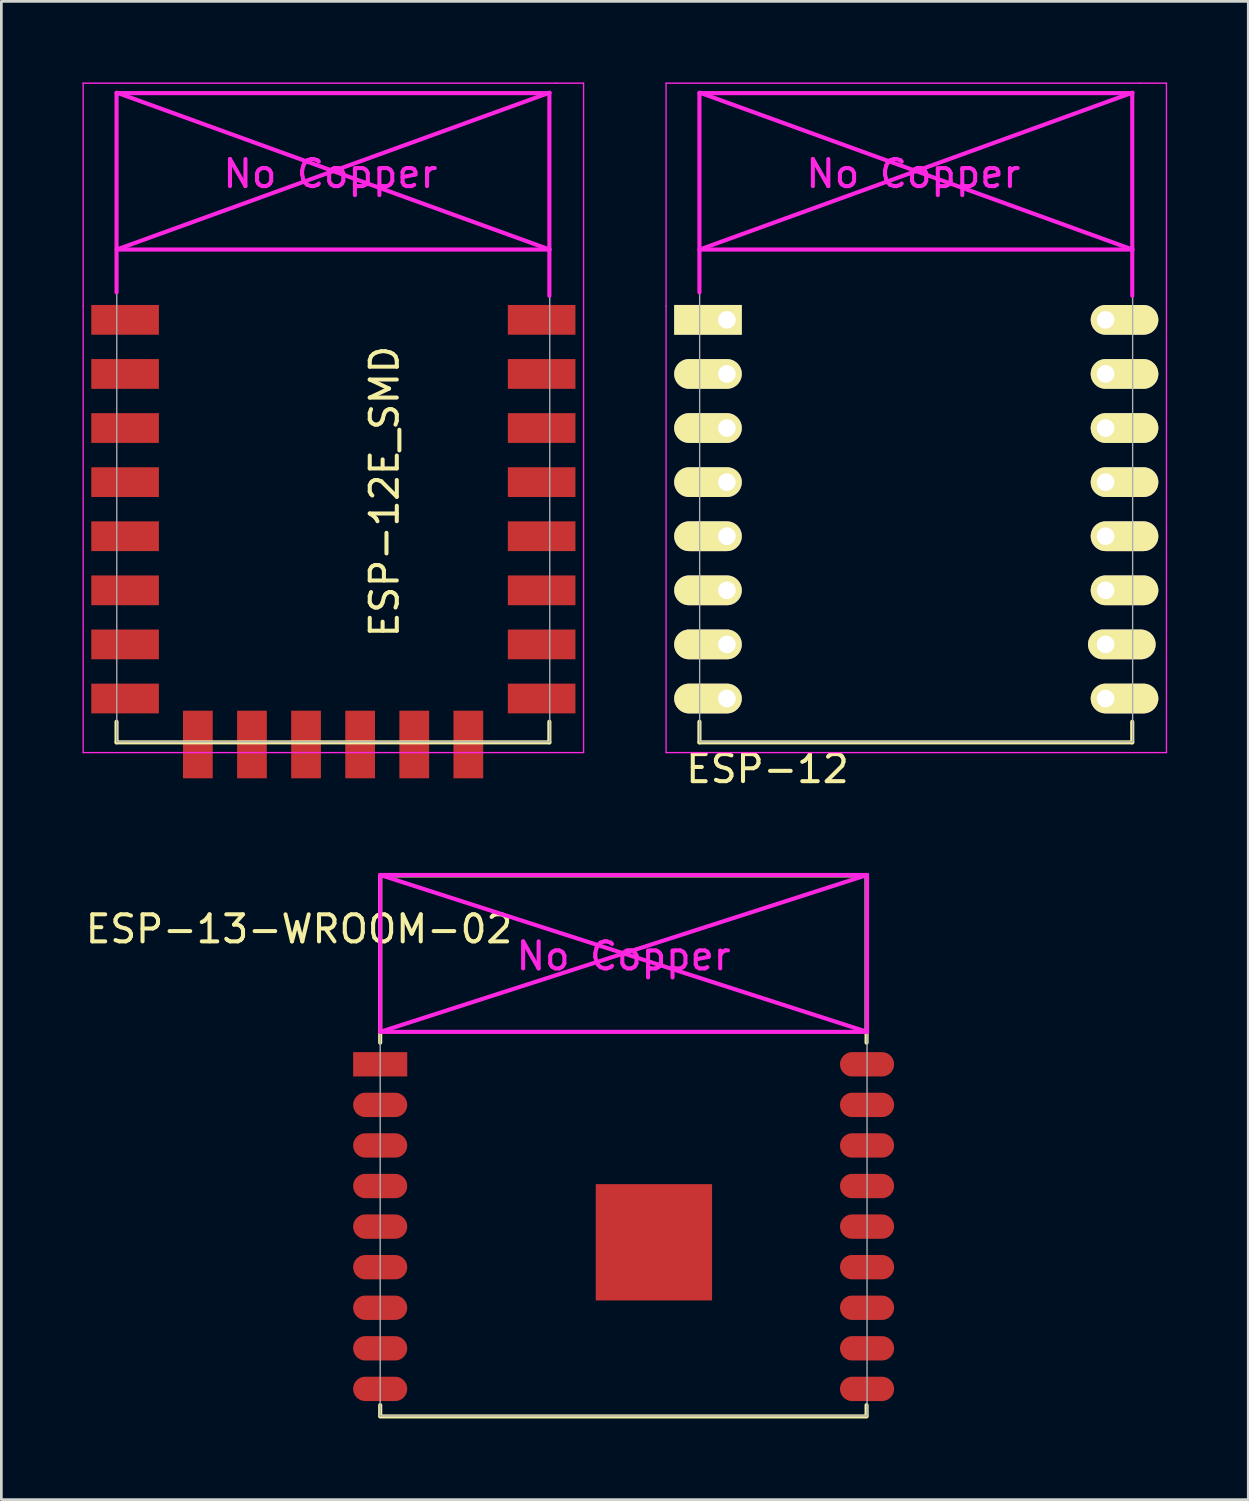
<source format=kicad_pcb>
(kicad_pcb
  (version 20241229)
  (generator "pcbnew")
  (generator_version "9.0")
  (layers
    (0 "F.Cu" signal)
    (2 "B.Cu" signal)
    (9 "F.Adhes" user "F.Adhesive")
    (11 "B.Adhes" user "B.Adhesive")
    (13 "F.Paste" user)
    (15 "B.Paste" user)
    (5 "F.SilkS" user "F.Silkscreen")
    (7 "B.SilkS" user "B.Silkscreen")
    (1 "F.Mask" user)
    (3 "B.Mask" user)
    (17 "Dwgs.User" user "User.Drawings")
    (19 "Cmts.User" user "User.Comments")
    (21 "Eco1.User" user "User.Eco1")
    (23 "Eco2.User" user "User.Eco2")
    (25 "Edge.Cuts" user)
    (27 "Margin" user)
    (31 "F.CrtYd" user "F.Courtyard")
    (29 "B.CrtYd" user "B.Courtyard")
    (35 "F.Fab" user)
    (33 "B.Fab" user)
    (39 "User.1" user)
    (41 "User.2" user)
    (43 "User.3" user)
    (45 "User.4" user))
  (footprint "ESP-12"
    (layer "F.Cu")
    (at 23.825 8.775)
    (property "Reference" "ESP-12" (at 1.5 16.6 0) (layer "F.SilkS") (effects (font (size 1 1) (thickness 0.15))))
    (attr through_hole)
    (fp_line (start -1.016 14.859) (end -1.016 15.621) (stroke (width 0.152) (type solid)) (layer "F.SilkS"))
    (fp_line (start -1.016 15.621) (end 14.986 15.621) (stroke (width 0.152) (type solid)) (layer "F.SilkS"))
    (fp_line (start 14.986 15.621) (end 14.986 14.859) (stroke (width 0.152) (type solid)) (layer "F.SilkS"))
    (fp_line (start -2.25 -8.75) (end 15.25 -8.75) (stroke (width 0.05) (type solid)) (layer "F.CrtYd"))
    (fp_line (start -2.25 -0.5) (end -2.25 -8.75) (stroke (width 0.05) (type solid)) (layer "F.CrtYd"))
    (fp_line (start -2.25 16) (end -2.25 -0.5) (stroke (width 0.05) (type solid)) (layer "F.CrtYd"))
    (fp_line (start -1.016 -8.382) (end -1.016 -1.016) (stroke (width 0.152) (type solid)) (layer "F.CrtYd"))
    (fp_line (start -1.016 -8.382) (end 14.986 -8.382) (stroke (width 0.152) (type solid)) (layer "F.CrtYd"))
    (fp_line (start -1.008 -8.4) (end 14.992 -2.6) (stroke (width 0.152) (type solid)) (layer "F.CrtYd"))
    (fp_line (start -1.008 -2.6) (end 14.992 -2.6) (stroke (width 0.152) (type solid)) (layer "F.CrtYd"))
    (fp_line (start 14.986 -8.382) (end 14.986 -0.889) (stroke (width 0.152) (type solid)) (layer "F.CrtYd"))
    (fp_line (start 14.992 -8.4) (end -1.008 -2.6) (stroke (width 0.152) (type solid)) (layer "F.CrtYd"))
    (fp_line (start 15.25 -8.75) (end 16.25 -8.75) (stroke (width 0.05) (type solid)) (layer "F.CrtYd"))
    (fp_line (start 16.25 -8.75) (end 16.25 16) (stroke (width 0.05) (type solid)) (layer "F.CrtYd"))
    (fp_line (start 16.25 16) (end -2.25 16) (stroke (width 0.05) (type solid)) (layer "F.CrtYd"))
    (fp_line (start -1.008 -8.4) (end 14.992 -8.4) (stroke (width 0.05) (type solid)) (layer "F.Fab"))
    (fp_line (start -1.008 15.6) (end -1.008 -8.4) (stroke (width 0.05) (type solid)) (layer "F.Fab"))
    (fp_line (start 14.992 15.6) (end -1.008 15.6) (stroke (width 0.05) (type solid)) (layer "F.Fab"))
    (fp_line (start 15 -8.4) (end 15 15.6) (stroke (width 0.05) (type solid)) (layer "F.Fab"))
    (fp_text user "No Copper" (at 6.892 -5.4 0) (layer "F.CrtYd") (effects (font (size 1 1) (thickness 0.15))))
    (pad "1" thru_hole rect (at 0 0) (size 2.5 1.1) (drill 0.65 (offset -0.7 0)) (layers "*.Cu" "*.Mask" "F.SilkS"))
    (pad "2" thru_hole oval (at 0 2) (size 2.5 1.1) (drill 0.65 (offset -0.7 0)) (layers "*.Cu" "*.Mask" "F.SilkS"))
    (pad "3" thru_hole oval (at 0 4) (size 2.5 1.1) (drill 0.65 (offset -0.7 0)) (layers "*.Cu" "*.Mask" "F.SilkS"))
    (pad "4" thru_hole oval (at 0 6) (size 2.5 1.1) (drill 0.65 (offset -0.7 0)) (layers "*.Cu" "*.Mask" "F.SilkS"))
    (pad "5" thru_hole oval (at 0 8) (size 2.5 1.1) (drill 0.65 (offset -0.7 0)) (layers "*.Cu" "*.Mask" "F.SilkS"))
    (pad "6" thru_hole oval (at 0 10) (size 2.5 1.1) (drill 0.65 (offset -0.7 0)) (layers "*.Cu" "*.Mask" "F.SilkS"))
    (pad "7" thru_hole oval (at 0 12) (size 2.5 1.1) (drill 0.65 (offset -0.7 0)) (layers "*.Cu" "*.Mask" "F.SilkS"))
    (pad "8" thru_hole oval (at 0 14) (size 2.5 1.1) (drill 0.65 (offset -0.7 0)) (layers "*.Cu" "*.Mask" "F.SilkS"))
    (pad "9" thru_hole oval (at 14 14) (size 2.5 1.1) (drill 0.65 (offset 0.7 0)) (layers "*.Cu" "*.Mask" "F.SilkS"))
    (pad "10" thru_hole oval (at 14 12) (size 2.5 1.1) (drill 0.65 (offset 0.6 0)) (layers "*.Cu" "*.Mask" "F.SilkS"))
    (pad "11" thru_hole oval (at 14 10) (size 2.5 1.1) (drill 0.65 (offset 0.7 0)) (layers "*.Cu" "*.Mask" "F.SilkS"))
    (pad "12" thru_hole oval (at 14 8) (size 2.5 1.1) (drill 0.65 (offset 0.7 0)) (layers "*.Cu" "*.Mask" "F.SilkS"))
    (pad "13" thru_hole oval (at 14 6) (size 2.5 1.1) (drill 0.65 (offset 0.7 0)) (layers "*.Cu" "*.Mask" "F.SilkS"))
    (pad "14" thru_hole oval (at 14 4) (size 2.5 1.1) (drill 0.65 (offset 0.7 0)) (layers "*.Cu" "*.Mask" "F.SilkS"))
    (pad "15" thru_hole oval (at 14 2) (size 2.5 1.1) (drill 0.65 (offset 0.7 0)) (layers "*.Cu" "*.Mask" "F.SilkS"))
    (pad "16" thru_hole oval (at 14 0) (size 2.5 1.1) (drill 0.65 (offset 0.7 0)) (layers "*.Cu" "*.Mask" "F.SilkS")))
  (footprint "ESP-12E_SMD"
    (layer "F.Cu")
    (at 2.275 8.775)
    (property "Reference" "ESP-12E_SMD" (at 8.89 6.35 90) (layer "F.SilkS") (effects (font (size 1 1) (thickness 0.15))))
    (attr through_hole)
    (fp_line (start -1.016 14.859) (end -1.016 15.621) (stroke (width 0.152) (type solid)) (layer "F.SilkS"))
    (fp_line (start -1.016 15.621) (end 14.986 15.621) (stroke (width 0.152) (type solid)) (layer "F.SilkS"))
    (fp_line (start 14.986 15.621) (end 14.986 14.859) (stroke (width 0.152) (type solid)) (layer "F.SilkS"))
    (fp_line (start -2.25 -8.75) (end 15.25 -8.75) (stroke (width 0.05) (type solid)) (layer "F.CrtYd"))
    (fp_line (start -2.25 -0.5) (end -2.25 -8.75) (stroke (width 0.05) (type solid)) (layer "F.CrtYd"))
    (fp_line (start -2.25 16) (end -2.25 -0.5) (stroke (width 0.05) (type solid)) (layer "F.CrtYd"))
    (fp_line (start -1.016 -8.382) (end -1.016 -1.016) (stroke (width 0.152) (type solid)) (layer "F.CrtYd"))
    (fp_line (start -1.016 -8.382) (end 14.986 -8.382) (stroke (width 0.152) (type solid)) (layer "F.CrtYd"))
    (fp_line (start -1.008 -8.4) (end 14.992 -2.6) (stroke (width 0.152) (type solid)) (layer "F.CrtYd"))
    (fp_line (start -1.008 -2.6) (end 14.992 -2.6) (stroke (width 0.152) (type solid)) (layer "F.CrtYd"))
    (fp_line (start 14.986 -8.382) (end 14.986 -0.889) (stroke (width 0.152) (type solid)) (layer "F.CrtYd"))
    (fp_line (start 14.992 -8.4) (end -1.008 -2.6) (stroke (width 0.152) (type solid)) (layer "F.CrtYd"))
    (fp_line (start 15.25 -8.75) (end 16.25 -8.75) (stroke (width 0.05) (type solid)) (layer "F.CrtYd"))
    (fp_line (start 16.25 -8.75) (end 16.25 16) (stroke (width 0.05) (type solid)) (layer "F.CrtYd"))
    (fp_line (start 16.25 16) (end -2.25 16) (stroke (width 0.05) (type solid)) (layer "F.CrtYd"))
    (fp_line (start -1.008 -8.4) (end 14.992 -8.4) (stroke (width 0.05) (type solid)) (layer "F.Fab"))
    (fp_line (start -1.008 15.6) (end -1.008 -8.4) (stroke (width 0.05) (type solid)) (layer "F.Fab"))
    (fp_line (start 14.992 15.6) (end -1.008 15.6) (stroke (width 0.05) (type solid)) (layer "F.Fab"))
    (fp_line (start 15 -8.4) (end 15 15.6) (stroke (width 0.05) (type solid)) (layer "F.Fab"))
    (fp_text user "No Copper" (at 6.892 -5.4 0) (layer "F.CrtYd") (effects (font (size 1 1) (thickness 0.15))))
    (pad "1" smd rect (at 0 0) (size 2.5 1.1) (drill (offset -0.7 0)) (layers "F.Cu" "F.Mask" "F.Paste"))
    (pad "2" smd rect (at 0 2) (size 2.5 1.1) (drill (offset -0.7 0)) (layers "F.Cu" "F.Mask" "F.Paste"))
    (pad "3" smd rect (at 0 4) (size 2.5 1.1) (drill (offset -0.7 0)) (layers "F.Cu" "F.Mask" "F.Paste"))
    (pad "4" smd rect (at 0 6) (size 2.5 1.1) (drill (offset -0.7 0)) (layers "F.Cu" "F.Mask" "F.Paste"))
    (pad "5" smd rect (at 0 8) (size 2.5 1.1) (drill (offset -0.7 0)) (layers "F.Cu" "F.Mask" "F.Paste"))
    (pad "6" smd rect (at 0 10) (size 2.5 1.1) (drill (offset -0.7 0)) (layers "F.Cu" "F.Mask" "F.Paste"))
    (pad "7" smd rect (at 0 12) (size 2.5 1.1) (drill (offset -0.7 0)) (layers "F.Cu" "F.Mask" "F.Paste"))
    (pad "8" smd rect (at 0 14) (size 2.5 1.1) (drill (offset -0.7 0)) (layers "F.Cu" "F.Mask" "F.Paste"))
    (pad "9" smd rect (at 14 14) (size 2.5 1.1) (drill (offset 0.7 0)) (layers "F.Cu" "F.Mask" "F.Paste"))
    (pad "10" smd rect (at 14 12) (size 2.5 1.1) (drill (offset 0.7 0)) (layers "F.Cu" "F.Mask" "F.Paste"))
    (pad "11" smd rect (at 14 10) (size 2.5 1.1) (drill (offset 0.7 0)) (layers "F.Cu" "F.Mask" "F.Paste"))
    (pad "12" smd rect (at 14 8) (size 2.5 1.1) (drill (offset 0.7 0)) (layers "F.Cu" "F.Mask" "F.Paste"))
    (pad "13" smd rect (at 14 6) (size 2.5 1.1) (drill (offset 0.7 0)) (layers "F.Cu" "F.Mask" "F.Paste"))
    (pad "14" smd rect (at 14 4) (size 2.5 1.1) (drill (offset 0.7 0)) (layers "F.Cu" "F.Mask" "F.Paste"))
    (pad "15" smd rect (at 14 2) (size 2.5 1.1) (drill (offset 0.7 0)) (layers "F.Cu" "F.Mask" "F.Paste"))
    (pad "16" smd rect (at 14 0) (size 2.5 1.1) (drill (offset 0.7 0)) (layers "F.Cu" "F.Mask" "F.Paste"))
    (pad "17" smd rect (at 1.99 15 90) (size 2.5 1.1) (drill (offset -0.7 0)) (layers "F.Cu" "F.Mask" "F.Paste"))
    (pad "18" smd rect (at 3.99 15 90) (size 2.5 1.1) (drill (offset -0.7 0)) (layers "F.Cu" "F.Mask" "F.Paste"))
    (pad "19" smd rect (at 5.99 15 90) (size 2.5 1.1) (drill (offset -0.7 0)) (layers "F.Cu" "F.Mask" "F.Paste"))
    (pad "20" smd rect (at 7.99 15 90) (size 2.5 1.1) (drill (offset -0.7 0)) (layers "F.Cu" "F.Mask" "F.Paste"))
    (pad "21" smd rect (at 9.99 15 90) (size 2.5 1.1) (drill (offset -0.7 0)) (layers "F.Cu" "F.Mask" "F.Paste"))
    (pad "22" smd rect (at 11.99 15 90) (size 2.5 1.1) (drill (offset -0.7 0)) (layers "F.Cu" "F.Mask" "F.Paste")))
  (footprint "ESP-13-WROOM-02"
    (layer "F.Cu")
    (at 11.006 36.299)
    (property "Reference" "ESP-13-WROOM-02" (at -3 -5 0) (layer "F.SilkS") (effects (font (size 1 1) (thickness 0.15))))
    (attr through_hole)
    (fp_line (start 0 -6.985) (end 0 -0.8) (stroke (width 0.152) (type solid)) (layer "F.SilkS"))
    (fp_line (start 0 12.6) (end 0 12.979) (stroke (width 0.152) (type solid)) (layer "F.SilkS"))
    (fp_line (start 0 13.018) (end 17.983 13.018) (stroke (width 0.152) (type solid)) (layer "F.SilkS"))
    (fp_line (start 17.971 -6.985) (end 0 -6.985) (stroke (width 0.152) (type solid)) (layer "F.SilkS"))
    (fp_line (start 17.983 -6.985) (end 17.983 -0.8) (stroke (width 0.152) (type solid)) (layer "F.SilkS"))
    (fp_line (start 17.983 12.6) (end 17.983 12.979) (stroke (width 0.152) (type solid)) (layer "F.SilkS"))
    (fp_line (start 0 -7) (end 0 -1.2) (stroke (width 0.152) (type solid)) (layer "F.CrtYd"))
    (fp_line (start 0 -7) (end 18 -1.2) (stroke (width 0.152) (type solid)) (layer "F.CrtYd"))
    (fp_line (start 0 -1.2) (end 18 -1.2) (stroke (width 0.152) (type solid)) (layer "F.CrtYd"))
    (fp_line (start 18 -7) (end 0 -7) (stroke (width 0.152) (type solid)) (layer "F.CrtYd"))
    (fp_line (start 18 -7) (end 0 -1.2) (stroke (width 0.152) (type solid)) (layer "F.CrtYd"))
    (fp_line (start 18 -1.2) (end 18 -7) (stroke (width 0.152) (type solid)) (layer "F.CrtYd"))
    (fp_line (start 0 -7) (end 18 -7) (stroke (width 0.05) (type solid)) (layer "F.Fab"))
    (fp_line (start 0 13) (end 0 -7) (stroke (width 0.05) (type solid)) (layer "F.Fab"))
    (fp_line (start 0 13) (end 18 13) (stroke (width 0.05) (type solid)) (layer "F.Fab"))
    (fp_line (start 18 -7) (end 18 13) (stroke (width 0.05) (type solid)) (layer "F.Fab"))
    (fp_text user "No Copper" (at 9 -4 0) (layer "F.CrtYd") (effects (font (size 1 1) (thickness 0.15))))
    (pad "1" smd rect (at 0 0) (size 2 0.9) (layers "F.Cu" "F.Mask" "F.Paste"))
    (pad "2" smd oval (at 0 1.5) (size 2 0.9) (layers "F.Cu" "F.Mask" "F.Paste"))
    (pad "3" smd oval (at 0 3) (size 2 0.9) (layers "F.Cu" "F.Mask" "F.Paste"))
    (pad "4" smd oval (at 0 4.5) (size 2 0.9) (layers "F.Cu" "F.Mask" "F.Paste"))
    (pad "5" smd oval (at 0 6) (size 2 0.9) (layers "F.Cu" "F.Mask" "F.Paste"))
    (pad "6" smd oval (at 0 7.5) (size 2 0.9) (layers "F.Cu" "F.Mask" "F.Paste"))
    (pad "7" smd oval (at 0 9) (size 2 0.9) (layers "F.Cu" "F.Mask" "F.Paste"))
    (pad "8" smd oval (at 0 10.5) (size 2 0.9) (layers "F.Cu" "F.Mask" "F.Paste"))
    (pad "9" smd oval (at 0 12) (size 2 0.9) (layers "F.Cu" "F.Mask" "F.Paste"))
    (pad "10" smd oval (at 18 12) (size 2 0.9) (layers "F.Cu" "F.Mask" "F.Paste"))
    (pad "11" smd oval (at 18 10.5) (size 2 0.9) (layers "F.Cu" "F.Mask" "F.Paste"))
    (pad "12" smd oval (at 18 9) (size 2 0.9) (layers "F.Cu" "F.Mask" "F.Paste"))
    (pad "13" smd oval (at 18 7.5) (size 2 0.9) (layers "F.Cu" "F.Mask" "F.Paste"))
    (pad "14" smd oval (at 18 6) (size 2 0.9) (layers "F.Cu" "F.Mask" "F.Paste"))
    (pad "15" smd oval (at 18 4.5) (size 2 0.9) (layers "F.Cu" "F.Mask" "F.Paste"))
    (pad "16" smd oval (at 18 3) (size 2 0.9) (layers "F.Cu" "F.Mask" "F.Paste"))
    (pad "17" smd oval (at 18 1.5) (size 2 0.9) (layers "F.Cu" "F.Mask" "F.Paste"))
    (pad "18" smd oval (at 18 0) (size 2 0.9) (layers "F.Cu" "F.Mask" "F.Paste"))
    (pad "PAD" smd rect (at 10.12 6.58) (size 4.3 4.3) (layers "F.Cu" "F.Mask" "F.Paste")))
  (gr_rect
    (start -3 -3)
    (end 43.1 52.393)
    (stroke (width 0.1) (type default))
    (fill no)
    (layer "Edge.Cuts")))
</source>
